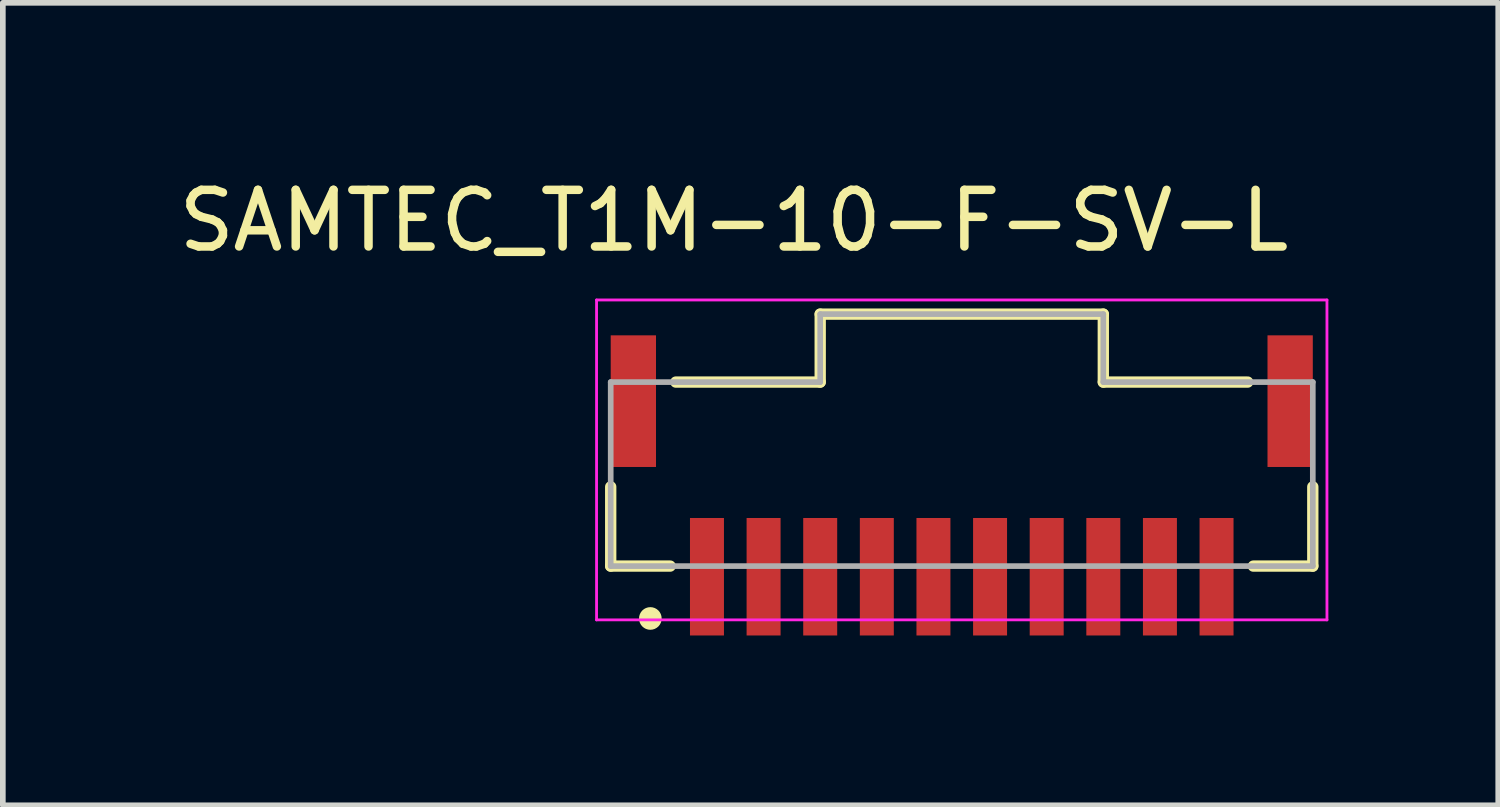
<source format=kicad_pcb>
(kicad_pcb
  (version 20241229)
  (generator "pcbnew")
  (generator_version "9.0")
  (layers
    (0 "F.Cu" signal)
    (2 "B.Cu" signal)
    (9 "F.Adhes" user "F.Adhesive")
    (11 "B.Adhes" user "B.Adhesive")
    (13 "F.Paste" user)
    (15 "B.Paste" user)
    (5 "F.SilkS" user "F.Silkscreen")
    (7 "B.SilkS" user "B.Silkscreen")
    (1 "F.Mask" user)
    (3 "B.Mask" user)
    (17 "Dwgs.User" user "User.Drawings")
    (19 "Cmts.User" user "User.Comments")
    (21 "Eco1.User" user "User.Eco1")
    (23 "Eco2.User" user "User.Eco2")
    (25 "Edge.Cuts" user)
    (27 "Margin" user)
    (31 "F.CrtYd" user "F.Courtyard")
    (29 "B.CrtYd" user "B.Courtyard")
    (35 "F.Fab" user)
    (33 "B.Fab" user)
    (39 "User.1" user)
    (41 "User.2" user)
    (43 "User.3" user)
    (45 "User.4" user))
  (footprint "SAMTEC_T1M-10-F-SV-L"
    (layer "F.Cu")
    (at 13.936 4.723)
    (property "Reference" "SAMTEC_T1M-10-F-SV-L" (at -4.025 -3.875 0) (layer "F.SilkS") (effects (font (size 1 1) (thickness 0.15))))
    (attr through_hole)
    (fp_line (start -6.2 2.225) (end -6.2 0.825) (stroke (width 0.2) (type solid)) (layer "F.SilkS"))
    (fp_line (start -6.2 2.225) (end -5.15 2.225) (stroke (width 0.2) (type solid)) (layer "F.SilkS"))
    (fp_line (start -5.05 -1.025) (end -2.5 -1.025) (stroke (width 0.2) (type solid)) (layer "F.SilkS"))
    (fp_line (start -2.5 -2.225) (end 2.5 -2.225) (stroke (width 0.2) (type solid)) (layer "F.SilkS"))
    (fp_line (start -2.5 -1.025) (end -2.5 -2.225) (stroke (width 0.2) (type solid)) (layer "F.SilkS"))
    (fp_line (start 2.5 -1.025) (end 2.5 -2.225) (stroke (width 0.2) (type solid)) (layer "F.SilkS"))
    (fp_line (start 5.05 -1.025) (end 2.5 -1.025) (stroke (width 0.2) (type solid)) (layer "F.SilkS"))
    (fp_line (start 6.2 2.225) (end 5.15 2.225) (stroke (width 0.2) (type solid)) (layer "F.SilkS"))
    (fp_line (start 6.2 2.225) (end 6.2 0.825) (stroke (width 0.2) (type solid)) (layer "F.SilkS"))
    (fp_circle (center -5.5 3.15) (end -5.4 3.15) (stroke (width 0.2) (type solid)) (fill no) (layer "F.SilkS"))
    (fp_line (start -6.45 -2.475) (end 6.45 -2.475) (stroke (width 0.05) (type solid)) (layer "F.CrtYd"))
    (fp_line (start -6.45 3.175) (end -6.45 -2.475) (stroke (width 0.05) (type solid)) (layer "F.CrtYd"))
    (fp_line (start 6.45 -2.475) (end 6.45 3.175) (stroke (width 0.05) (type solid)) (layer "F.CrtYd"))
    (fp_line (start 6.45 3.175) (end -6.45 3.175) (stroke (width 0.05) (type solid)) (layer "F.CrtYd"))
    (fp_line (start -6.2 -1.025) (end -2.5 -1.025) (stroke (width 0.1) (type solid)) (layer "F.Fab"))
    (fp_line (start -6.2 2.225) (end -6.2 -1.025) (stroke (width 0.1) (type solid)) (layer "F.Fab"))
    (fp_line (start -6.2 2.225) (end 6.2 2.225) (stroke (width 0.1) (type solid)) (layer "F.Fab"))
    (fp_line (start -2.5 -2.225) (end 2.5 -2.225) (stroke (width 0.1) (type solid)) (layer "F.Fab"))
    (fp_line (start -2.5 -1.025) (end -2.5 -2.225) (stroke (width 0.1) (type solid)) (layer "F.Fab"))
    (fp_line (start 2.5 -1.025) (end 2.5 -2.225) (stroke (width 0.1) (type solid)) (layer "F.Fab"))
    (fp_line (start 6.2 -1.025) (end 2.5 -1.025) (stroke (width 0.1) (type solid)) (layer "F.Fab"))
    (fp_line (start 6.2 2.225) (end 6.2 -1.025) (stroke (width 0.1) (type solid)) (layer "F.Fab"))
    (pad "1" smd rect (at -4.5 2.413) (size 0.6 2.075) (layers "F.Cu" "F.Mask" "F.Paste"))
    (pad "2" smd rect (at -3.5 2.413) (size 0.6 2.075) (layers "F.Cu" "F.Mask" "F.Paste"))
    (pad "3" smd rect (at -2.5 2.413) (size 0.6 2.075) (layers "F.Cu" "F.Mask" "F.Paste"))
    (pad "4" smd rect (at -1.5 2.413) (size 0.6 2.075) (layers "F.Cu" "F.Mask" "F.Paste"))
    (pad "5" smd rect (at -0.5 2.413) (size 0.6 2.075) (layers "F.Cu" "F.Mask" "F.Paste"))
    (pad "6" smd rect (at 0.5 2.413) (size 0.6 2.075) (layers "F.Cu" "F.Mask" "F.Paste"))
    (pad "7" smd rect (at 1.5 2.413) (size 0.6 2.075) (layers "F.Cu" "F.Mask" "F.Paste"))
    (pad "8" smd rect (at 2.5 2.413) (size 0.6 2.075) (layers "F.Cu" "F.Mask" "F.Paste"))
    (pad "9" smd rect (at 3.5 2.413) (size 0.6 2.075) (layers "F.Cu" "F.Mask" "F.Paste"))
    (pad "10" smd rect (at 4.5 2.413) (size 0.6 2.075) (layers "F.Cu" "F.Mask" "F.Paste"))
    (pad "S1" smd rect (at -5.8 -0.688) (size 0.8 2.325) (layers "F.Cu" "F.Mask" "F.Paste"))
    (pad "S2" smd rect (at 5.8 -0.688) (size 0.8 2.325) (layers "F.Cu" "F.Mask" "F.Paste")))
  (gr_rect
    (start -3 -3)
    (end 23.411 11.173)
    (stroke (width 0.1) (type default))
    (fill no)
    (layer "Edge.Cuts")))
</source>
